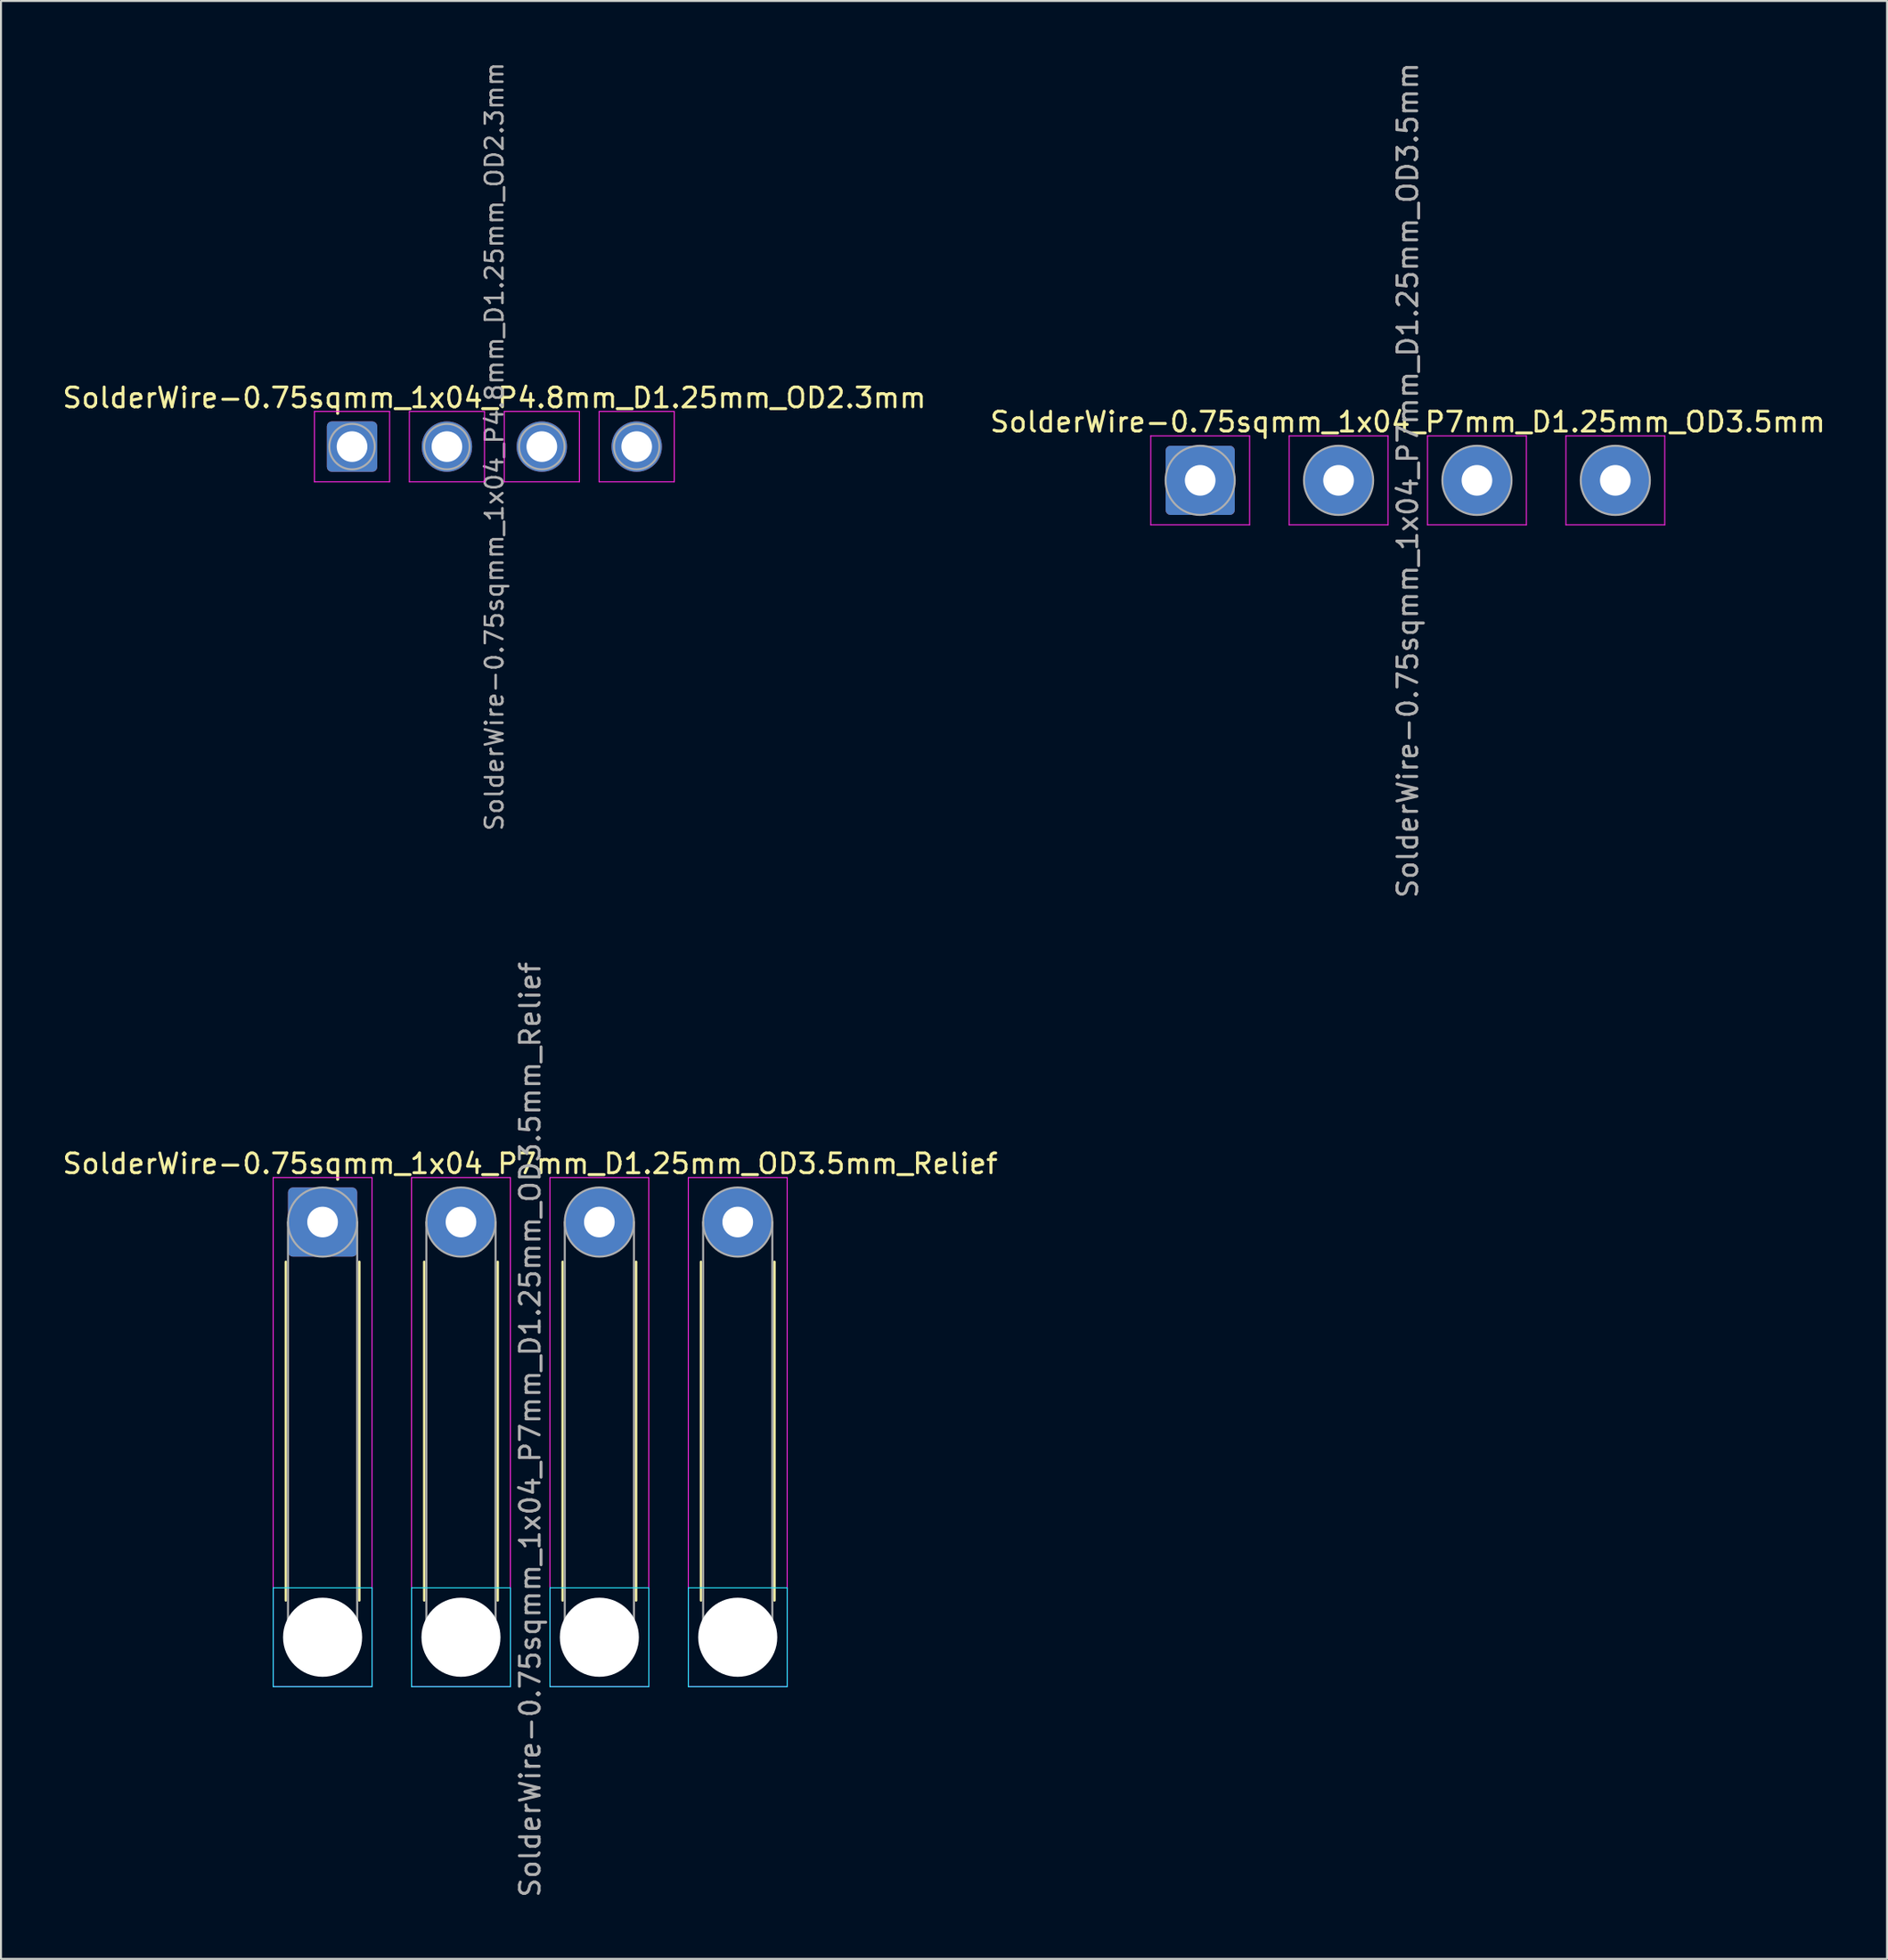
<source format=kicad_pcb>
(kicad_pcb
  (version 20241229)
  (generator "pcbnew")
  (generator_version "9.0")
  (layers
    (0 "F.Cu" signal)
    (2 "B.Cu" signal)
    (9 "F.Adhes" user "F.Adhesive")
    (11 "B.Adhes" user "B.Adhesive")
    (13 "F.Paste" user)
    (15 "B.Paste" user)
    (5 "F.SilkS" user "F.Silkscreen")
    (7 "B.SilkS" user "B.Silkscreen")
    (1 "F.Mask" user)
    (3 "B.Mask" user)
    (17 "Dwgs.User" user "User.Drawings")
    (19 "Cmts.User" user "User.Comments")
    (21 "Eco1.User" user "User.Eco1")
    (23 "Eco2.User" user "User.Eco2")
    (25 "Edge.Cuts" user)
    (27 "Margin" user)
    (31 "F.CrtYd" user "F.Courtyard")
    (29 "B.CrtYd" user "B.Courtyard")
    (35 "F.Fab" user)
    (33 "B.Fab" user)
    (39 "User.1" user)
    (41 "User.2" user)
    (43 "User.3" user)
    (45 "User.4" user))
  (footprint "SolderWire-0.75sqmm_1x04_P7mm_D1.25mm_OD3.5mm"
    (layer "F.Cu")
    (at 57.661 21.244)
    (property "Reference" "SolderWire-0.75sqmm_1x04_P7mm_D1.25mm_OD3.5mm" (at 10.5 -2.95 0) (layer "F.SilkS") (effects (font (size 1 1) (thickness 0.15))))
    (attr exclude_from_pos_files exclude_from_bom)
    (fp_line (start -2.5 -2.25) (end -2.5 2.25) (stroke (width 0.05) (type solid)) (layer "F.CrtYd"))
    (fp_line (start -2.5 2.25) (end 2.5 2.25) (stroke (width 0.05) (type solid)) (layer "F.CrtYd"))
    (fp_line (start 2.5 -2.25) (end -2.5 -2.25) (stroke (width 0.05) (type solid)) (layer "F.CrtYd"))
    (fp_line (start 2.5 2.25) (end 2.5 -2.25) (stroke (width 0.05) (type solid)) (layer "F.CrtYd"))
    (fp_line (start 4.5 -2.25) (end 4.5 2.25) (stroke (width 0.05) (type solid)) (layer "F.CrtYd"))
    (fp_line (start 4.5 2.25) (end 9.5 2.25) (stroke (width 0.05) (type solid)) (layer "F.CrtYd"))
    (fp_line (start 9.5 -2.25) (end 4.5 -2.25) (stroke (width 0.05) (type solid)) (layer "F.CrtYd"))
    (fp_line (start 9.5 2.25) (end 9.5 -2.25) (stroke (width 0.05) (type solid)) (layer "F.CrtYd"))
    (fp_line (start 11.5 -2.25) (end 11.5 2.25) (stroke (width 0.05) (type solid)) (layer "F.CrtYd"))
    (fp_line (start 11.5 2.25) (end 16.5 2.25) (stroke (width 0.05) (type solid)) (layer "F.CrtYd"))
    (fp_line (start 16.5 -2.25) (end 11.5 -2.25) (stroke (width 0.05) (type solid)) (layer "F.CrtYd"))
    (fp_line (start 16.5 2.25) (end 16.5 -2.25) (stroke (width 0.05) (type solid)) (layer "F.CrtYd"))
    (fp_line (start 18.5 -2.25) (end 18.5 2.25) (stroke (width 0.05) (type solid)) (layer "F.CrtYd"))
    (fp_line (start 18.5 2.25) (end 23.5 2.25) (stroke (width 0.05) (type solid)) (layer "F.CrtYd"))
    (fp_line (start 23.5 -2.25) (end 18.5 -2.25) (stroke (width 0.05) (type solid)) (layer "F.CrtYd"))
    (fp_line (start 23.5 2.25) (end 23.5 -2.25) (stroke (width 0.05) (type solid)) (layer "F.CrtYd"))
    (fp_circle (center 0 0) (end 1.75 0) (stroke (width 0.1) (type solid)) (fill no) (layer "F.Fab"))
    (fp_circle (center 7 0) (end 8.75 0) (stroke (width 0.1) (type solid)) (fill no) (layer "F.Fab"))
    (fp_circle (center 14 0) (end 15.75 0) (stroke (width 0.1) (type solid)) (fill no) (layer "F.Fab"))
    (fp_circle (center 21 0) (end 22.75 0) (stroke (width 0.1) (type solid)) (fill no) (layer "F.Fab"))
    (fp_text user "${REFERENCE}" (at 10.5 0 90) (layer "F.Fab") (effects (font (size 1 1) (thickness 0.15))))
    (pad "1" thru_hole roundrect (at 0 0) (size 3.5 3.5) (drill 1.55) (layers "*.Cu" "*.Mask") (roundrect_rratio 0.071))
    (pad "2" thru_hole circle (at 7 0) (size 3.5 3.5) (drill 1.55) (layers "*.Cu" "*.Mask"))
    (pad "3" thru_hole circle (at 14 0) (size 3.5 3.5) (drill 1.55) (layers "*.Cu" "*.Mask"))
    (pad "4" thru_hole circle (at 21 0) (size 3.5 3.5) (drill 1.55) (layers "*.Cu" "*.Mask")))
  (footprint "SolderWire-0.75sqmm_1x04_P4.8mm_D1.25mm_OD2.3mm"
    (layer "F.Cu")
    (at 14.758 19.538)
    (property "Reference" "SolderWire-0.75sqmm_1x04_P4.8mm_D1.25mm_OD2.3mm" (at 7.2 -2.47 0) (layer "F.SilkS") (effects (font (size 1 1) (thickness 0.15))))
    (attr exclude_from_pos_files exclude_from_bom)
    (fp_line (start -1.9 -1.78) (end -1.9 1.78) (stroke (width 0.05) (type solid)) (layer "F.CrtYd"))
    (fp_line (start -1.9 1.78) (end 1.9 1.78) (stroke (width 0.05) (type solid)) (layer "F.CrtYd"))
    (fp_line (start 1.9 -1.78) (end -1.9 -1.78) (stroke (width 0.05) (type solid)) (layer "F.CrtYd"))
    (fp_line (start 1.9 1.78) (end 1.9 -1.78) (stroke (width 0.05) (type solid)) (layer "F.CrtYd"))
    (fp_line (start 2.9 -1.78) (end 2.9 1.78) (stroke (width 0.05) (type solid)) (layer "F.CrtYd"))
    (fp_line (start 2.9 1.78) (end 6.7 1.78) (stroke (width 0.05) (type solid)) (layer "F.CrtYd"))
    (fp_line (start 6.7 -1.78) (end 2.9 -1.78) (stroke (width 0.05) (type solid)) (layer "F.CrtYd"))
    (fp_line (start 6.7 1.78) (end 6.7 -1.78) (stroke (width 0.05) (type solid)) (layer "F.CrtYd"))
    (fp_line (start 7.7 -1.78) (end 7.7 1.78) (stroke (width 0.05) (type solid)) (layer "F.CrtYd"))
    (fp_line (start 7.7 1.78) (end 11.5 1.78) (stroke (width 0.05) (type solid)) (layer "F.CrtYd"))
    (fp_line (start 11.5 -1.78) (end 7.7 -1.78) (stroke (width 0.05) (type solid)) (layer "F.CrtYd"))
    (fp_line (start 11.5 1.78) (end 11.5 -1.78) (stroke (width 0.05) (type solid)) (layer "F.CrtYd"))
    (fp_line (start 12.5 -1.78) (end 12.5 1.78) (stroke (width 0.05) (type solid)) (layer "F.CrtYd"))
    (fp_line (start 12.5 1.78) (end 16.3 1.78) (stroke (width 0.05) (type solid)) (layer "F.CrtYd"))
    (fp_line (start 16.3 -1.78) (end 12.5 -1.78) (stroke (width 0.05) (type solid)) (layer "F.CrtYd"))
    (fp_line (start 16.3 1.78) (end 16.3 -1.78) (stroke (width 0.05) (type solid)) (layer "F.CrtYd"))
    (fp_circle (center 0 0) (end 1.15 0) (stroke (width 0.1) (type solid)) (fill no) (layer "F.Fab"))
    (fp_circle (center 4.8 0) (end 5.95 0) (stroke (width 0.1) (type solid)) (fill no) (layer "F.Fab"))
    (fp_circle (center 9.6 0) (end 10.75 0) (stroke (width 0.1) (type solid)) (fill no) (layer "F.Fab"))
    (fp_circle (center 14.4 0) (end 15.55 0) (stroke (width 0.1) (type solid)) (fill no) (layer "F.Fab"))
    (fp_text user "${REFERENCE}" (at 7.2 0 90) (layer "F.Fab") (effects (font (size 0.89 0.89) (thickness 0.13))))
    (pad "1" thru_hole roundrect (at 0 0) (size 2.55 2.55) (drill 1.55) (layers "*.Cu" "*.Mask") (roundrect_rratio 0.098))
    (pad "2" thru_hole circle (at 4.8 0) (size 2.55 2.55) (drill 1.55) (layers "*.Cu" "*.Mask"))
    (pad "3" thru_hole circle (at 9.6 0) (size 2.55 2.55) (drill 1.55) (layers "*.Cu" "*.Mask"))
    (pad "4" thru_hole circle (at 14.4 0) (size 2.55 2.55) (drill 1.55) (layers "*.Cu" "*.Mask")))
  (footprint "SolderWire-0.75sqmm_1x04_P7mm_D1.25mm_OD3.5mm_Relief"
    (layer "F.Cu")
    (at 13.268 58.756)
    (property "Reference" "SolderWire-0.75sqmm_1x04_P7mm_D1.25mm_OD3.5mm_Relief" (at 10.5 -2.95 0) (layer "F.SilkS") (effects (font (size 1 1) (thickness 0.15))))
    (attr exclude_from_pos_files exclude_from_bom)
    (fp_line (start -1.86 2.01) (end -1.86 19.14) (stroke (width 0.12) (type solid)) (layer "F.SilkS"))
    (fp_line (start 1.86 2.01) (end 1.86 19.14) (stroke (width 0.12) (type solid)) (layer "F.SilkS"))
    (fp_line (start 5.14 2.01) (end 5.14 19.14) (stroke (width 0.12) (type solid)) (layer "F.SilkS"))
    (fp_line (start 8.86 2.01) (end 8.86 19.14) (stroke (width 0.12) (type solid)) (layer "F.SilkS"))
    (fp_line (start 12.14 2.01) (end 12.14 19.14) (stroke (width 0.12) (type solid)) (layer "F.SilkS"))
    (fp_line (start 15.86 2.01) (end 15.86 19.14) (stroke (width 0.12) (type solid)) (layer "F.SilkS"))
    (fp_line (start 19.14 2.01) (end 19.14 19.14) (stroke (width 0.12) (type solid)) (layer "F.SilkS"))
    (fp_line (start 22.86 2.01) (end 22.86 19.14) (stroke (width 0.12) (type solid)) (layer "F.SilkS"))
    (fp_line (start -2.5 18.5) (end -2.5 23.5) (stroke (width 0.05) (type solid)) (layer "B.CrtYd"))
    (fp_line (start -2.5 23.5) (end 2.5 23.5) (stroke (width 0.05) (type solid)) (layer "B.CrtYd"))
    (fp_line (start 2.5 18.5) (end -2.5 18.5) (stroke (width 0.05) (type solid)) (layer "B.CrtYd"))
    (fp_line (start 2.5 23.5) (end 2.5 18.5) (stroke (width 0.05) (type solid)) (layer "B.CrtYd"))
    (fp_line (start 4.5 18.5) (end 4.5 23.5) (stroke (width 0.05) (type solid)) (layer "B.CrtYd"))
    (fp_line (start 4.5 23.5) (end 9.5 23.5) (stroke (width 0.05) (type solid)) (layer "B.CrtYd"))
    (fp_line (start 9.5 18.5) (end 4.5 18.5) (stroke (width 0.05) (type solid)) (layer "B.CrtYd"))
    (fp_line (start 9.5 23.5) (end 9.5 18.5) (stroke (width 0.05) (type solid)) (layer "B.CrtYd"))
    (fp_line (start 11.5 18.5) (end 11.5 23.5) (stroke (width 0.05) (type solid)) (layer "B.CrtYd"))
    (fp_line (start 11.5 23.5) (end 16.5 23.5) (stroke (width 0.05) (type solid)) (layer "B.CrtYd"))
    (fp_line (start 16.5 18.5) (end 11.5 18.5) (stroke (width 0.05) (type solid)) (layer "B.CrtYd"))
    (fp_line (start 16.5 23.5) (end 16.5 18.5) (stroke (width 0.05) (type solid)) (layer "B.CrtYd"))
    (fp_line (start 18.5 18.5) (end 18.5 23.5) (stroke (width 0.05) (type solid)) (layer "B.CrtYd"))
    (fp_line (start 18.5 23.5) (end 23.5 23.5) (stroke (width 0.05) (type solid)) (layer "B.CrtYd"))
    (fp_line (start 23.5 18.5) (end 18.5 18.5) (stroke (width 0.05) (type solid)) (layer "B.CrtYd"))
    (fp_line (start 23.5 23.5) (end 23.5 18.5) (stroke (width 0.05) (type solid)) (layer "B.CrtYd"))
    (fp_line (start -2.5 -2.25) (end -2.5 23.5) (stroke (width 0.05) (type solid)) (layer "F.CrtYd"))
    (fp_line (start -2.5 23.5) (end 2.5 23.5) (stroke (width 0.05) (type solid)) (layer "F.CrtYd"))
    (fp_line (start 2.5 -2.25) (end -2.5 -2.25) (stroke (width 0.05) (type solid)) (layer "F.CrtYd"))
    (fp_line (start 2.5 23.5) (end 2.5 -2.25) (stroke (width 0.05) (type solid)) (layer "F.CrtYd"))
    (fp_line (start 4.5 -2.25) (end 4.5 23.5) (stroke (width 0.05) (type solid)) (layer "F.CrtYd"))
    (fp_line (start 4.5 23.5) (end 9.5 23.5) (stroke (width 0.05) (type solid)) (layer "F.CrtYd"))
    (fp_line (start 9.5 -2.25) (end 4.5 -2.25) (stroke (width 0.05) (type solid)) (layer "F.CrtYd"))
    (fp_line (start 9.5 23.5) (end 9.5 -2.25) (stroke (width 0.05) (type solid)) (layer "F.CrtYd"))
    (fp_line (start 11.5 -2.25) (end 11.5 23.5) (stroke (width 0.05) (type solid)) (layer "F.CrtYd"))
    (fp_line (start 11.5 23.5) (end 16.5 23.5) (stroke (width 0.05) (type solid)) (layer "F.CrtYd"))
    (fp_line (start 16.5 -2.25) (end 11.5 -2.25) (stroke (width 0.05) (type solid)) (layer "F.CrtYd"))
    (fp_line (start 16.5 23.5) (end 16.5 -2.25) (stroke (width 0.05) (type solid)) (layer "F.CrtYd"))
    (fp_line (start 18.5 -2.25) (end 18.5 23.5) (stroke (width 0.05) (type solid)) (layer "F.CrtYd"))
    (fp_line (start 18.5 23.5) (end 23.5 23.5) (stroke (width 0.05) (type solid)) (layer "F.CrtYd"))
    (fp_line (start 23.5 -2.25) (end 18.5 -2.25) (stroke (width 0.05) (type solid)) (layer "F.CrtYd"))
    (fp_line (start 23.5 23.5) (end 23.5 -2.25) (stroke (width 0.05) (type solid)) (layer "F.CrtYd"))
    (fp_line (start -1.75 0) (end -1.75 21) (stroke (width 0.1) (type solid)) (layer "F.Fab"))
    (fp_line (start 1.75 0) (end 1.75 21) (stroke (width 0.1) (type solid)) (layer "F.Fab"))
    (fp_line (start 5.25 0) (end 5.25 21) (stroke (width 0.1) (type solid)) (layer "F.Fab"))
    (fp_line (start 8.75 0) (end 8.75 21) (stroke (width 0.1) (type solid)) (layer "F.Fab"))
    (fp_line (start 12.25 0) (end 12.25 21) (stroke (width 0.1) (type solid)) (layer "F.Fab"))
    (fp_line (start 15.75 0) (end 15.75 21) (stroke (width 0.1) (type solid)) (layer "F.Fab"))
    (fp_line (start 19.25 0) (end 19.25 21) (stroke (width 0.1) (type solid)) (layer "F.Fab"))
    (fp_line (start 22.75 0) (end 22.75 21) (stroke (width 0.1) (type solid)) (layer "F.Fab"))
    (fp_circle (center 0 0) (end 1.75 0) (stroke (width 0.1) (type solid)) (fill no) (layer "F.Fab"))
    (fp_circle (center 0 21) (end 1.75 21) (stroke (width 0.1) (type solid)) (fill no) (layer "F.Fab"))
    (fp_circle (center 7 0) (end 8.75 0) (stroke (width 0.1) (type solid)) (fill no) (layer "F.Fab"))
    (fp_circle (center 7 21) (end 8.75 21) (stroke (width 0.1) (type solid)) (fill no) (layer "F.Fab"))
    (fp_circle (center 14 0) (end 15.75 0) (stroke (width 0.1) (type solid)) (fill no) (layer "F.Fab"))
    (fp_circle (center 14 21) (end 15.75 21) (stroke (width 0.1) (type solid)) (fill no) (layer "F.Fab"))
    (fp_circle (center 21 0) (end 22.75 0) (stroke (width 0.1) (type solid)) (fill no) (layer "F.Fab"))
    (fp_circle (center 21 21) (end 22.75 21) (stroke (width 0.1) (type solid)) (fill no) (layer "F.Fab"))
    (fp_text user "${REFERENCE}" (at 10.5 10.5 90) (layer "F.Fab") (effects (font (size 1 1) (thickness 0.15))))
    (pad "" np_thru_hole circle (at 0 21) (size 4 4) (drill 4) (layers "*.Cu" "*.Mask"))
    (pad "" np_thru_hole circle (at 7 21) (size 4 4) (drill 4) (layers "*.Cu" "*.Mask"))
    (pad "" np_thru_hole circle (at 14 21) (size 4 4) (drill 4) (layers "*.Cu" "*.Mask"))
    (pad "" np_thru_hole circle (at 21 21) (size 4 4) (drill 4) (layers "*.Cu" "*.Mask"))
    (pad "1" thru_hole roundrect (at 0 0) (size 3.5 3.5) (drill 1.55) (layers "*.Cu" "*.Mask") (roundrect_rratio 0.071))
    (pad "2" thru_hole circle (at 7 0) (size 3.5 3.5) (drill 1.55) (layers "*.Cu" "*.Mask"))
    (pad "3" thru_hole circle (at 14 0) (size 3.5 3.5) (drill 1.55) (layers "*.Cu" "*.Mask"))
    (pad "4" thru_hole circle (at 21 0) (size 3.5 3.5) (drill 1.55) (layers "*.Cu" "*.Mask")))
  (gr_rect
    (start -3 -3)
    (end 92.405 96.024)
    (stroke (width 0.1) (type default))
    (fill no)
    (layer "Edge.Cuts")))
</source>
